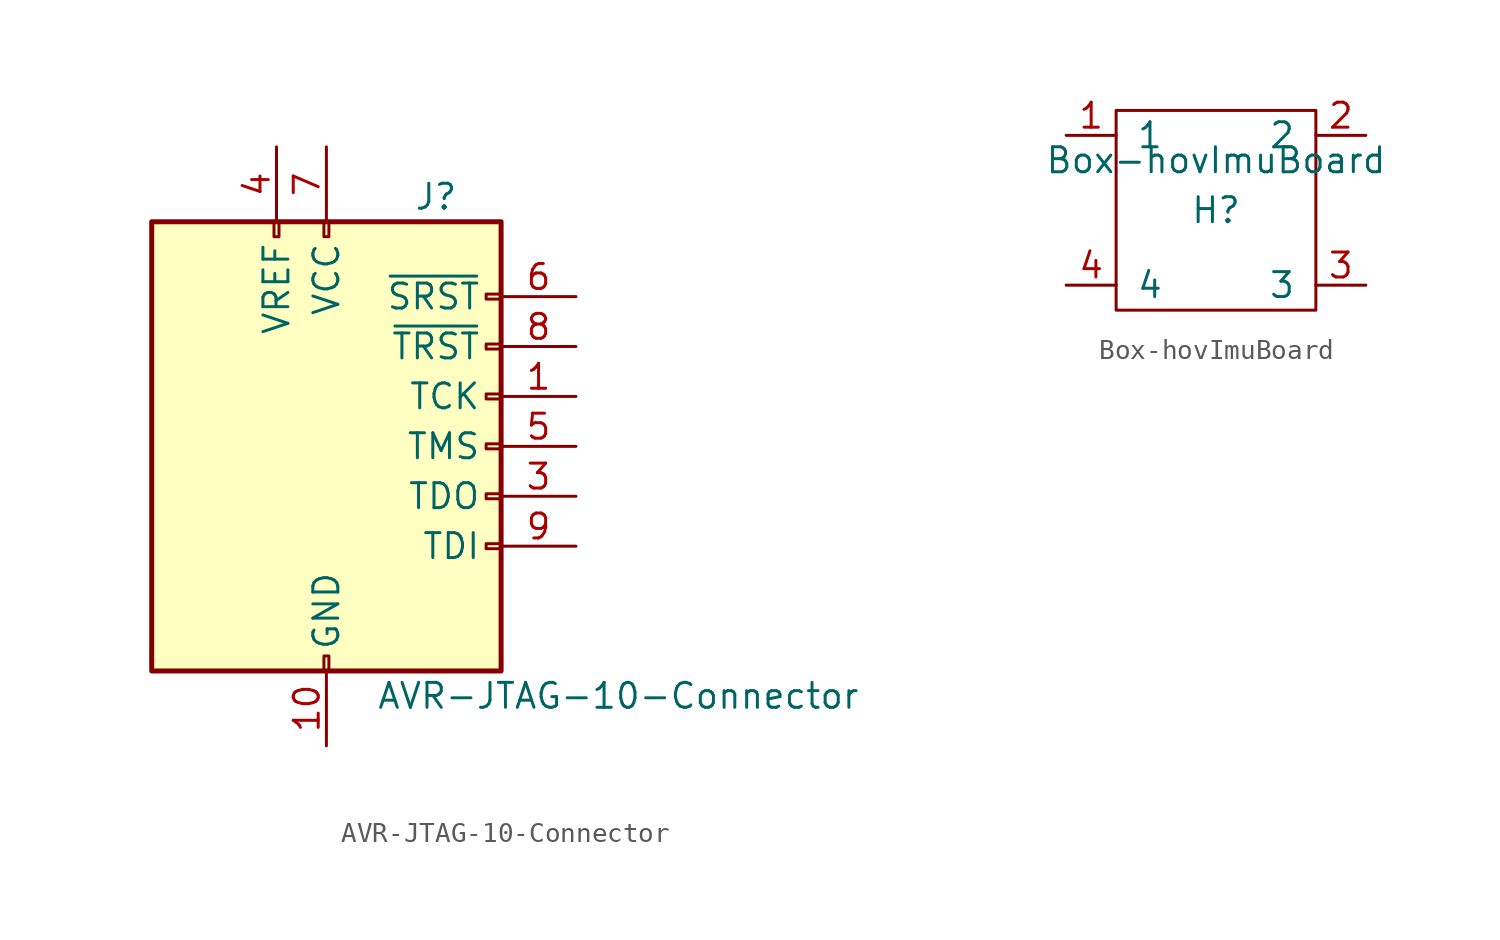
<source format=kicad_sym>
(kicad_symbol_lib
  (version 20211014)
  (generator kicad_symbol_editor)
  (symbol "AVR-JTAG-10-Connector"
    (pin_names
      (offset 1.016))
    (property "Reference" "J"
      (at 4.445 12.7 0)
      (effects (font (size 1.27 1.27)) (justify left)))
    (property "Value" "AVR-JTAG-10-Connector"
      (at 2.54 -12.7 0)
      (effects (font (size 1.27 1.27)) (justify left)))
    (symbol "AVR-JTAG-10-Connector_0_1"
      (rectangle (start -2.667 11.43) (end -2.413 10.668) (stroke (width 0) (type default) (color 0 0 0 0)) (fill (type none)))
      (rectangle (start -0.127 -10.668) (end 0.127 -11.43) (stroke (width 0) (type default) (color 0 0 0 0)) (fill (type none)))
      (rectangle (start -0.127 11.43) (end 0.127 10.668) (stroke (width 0) (type default) (color 0 0 0 0)) (fill (type none)))
      (rectangle (start 8.89 -4.953) (end 8.128 -5.207) (stroke (width 0) (type default) (color 0 0 0 0)) (fill (type none)))
      (rectangle (start 8.89 -2.413) (end 8.128 -2.667) (stroke (width 0) (type default) (color 0 0 0 0)) (fill (type none)))
      (rectangle (start 8.89 0.127) (end 8.128 -0.127) (stroke (width 0) (type default) (color 0 0 0 0)) (fill (type none)))
      (rectangle (start 8.89 2.667) (end 8.128 2.413) (stroke (width 0) (type default) (color 0 0 0 0)) (fill (type none)))
      (rectangle (start 8.89 5.207) (end 8.128 4.953) (stroke (width 0) (type default) (color 0 0 0 0)) (fill (type none)))
      (rectangle (start 8.89 7.747) (end 8.128 7.493) (stroke (width 0) (type default) (color 0 0 0 0)) (fill (type none)))
      (rectangle (start 8.89 11.43) (end -8.89 -11.43) (stroke (width 0.254) (type default) (color 0 0 0 0)) (fill (type background))))
    (symbol "AVR-JTAG-10-Connector_1_1"
      (pin passive line (at 12.7 2.54 180) (length 3.81) (name "TCK" (effects (font (size 1.27 1.27)))) (number "1" (effects (font (size 1.27 1.27)))))
      (pin power_in line (at 0 -15.24 90) (length 3.81) (name "GND" (effects (font (size 1.27 1.27)))) (number "10" (effects (font (size 1.27 1.27)))))
      (pin passive line (at 0 -15.24 90) (length 3.81) hide (name "GND" (effects (font (size 1.27 1.27)))) (number "2" (effects (font (size 1.27 1.27)))))
      (pin passive line (at 12.7 -2.54 180) (length 3.81) (name "TDO" (effects (font (size 1.27 1.27)))) (number "3" (effects (font (size 1.27 1.27)))))
      (pin passive line (at -2.54 15.24 270) (length 3.81) (name "VREF" (effects (font (size 1.27 1.27)))) (number "4" (effects (font (size 1.27 1.27)))))
      (pin passive line (at 12.7 0 180) (length 3.81) (name "TMS" (effects (font (size 1.27 1.27)))) (number "5" (effects (font (size 1.27 1.27)))))
      (pin passive line (at 12.7 7.62 180) (length 3.81) (name "~{SRST}" (effects (font (size 1.27 1.27)))) (number "6" (effects (font (size 1.27 1.27)))))
      (pin power_in line (at 0 15.24 270) (length 3.81) (name "VCC" (effects (font (size 1.27 1.27)))) (number "7" (effects (font (size 1.27 1.27)))))
      (pin passive line (at 12.7 5.08 180) (length 3.81) (name "~{TRST}" (effects (font (size 1.27 1.27)))) (number "8" (effects (font (size 1.27 1.27)))))
      (pin passive line (at 12.7 -5.08 180) (length 3.81) (name "TDI" (effects (font (size 1.27 1.27)))) (number "9" (effects (font (size 1.27 1.27)))))))
  (symbol "Box-hovImuBoard"
    (pin_names
      (offset 1.016))
    (property "Reference" "H"
      (at 0 0 0)
      (effects (font (size 1.27 1.27))))
    (property "Value" "Box-hovImuBoard"
      (at 0 2.54 0)
      (effects (font (size 1.27 1.27))))
    (symbol "Box-hovImuBoard_0_1"
      (rectangle (start -5.08 5.08) (end 5.08 -5.08) (stroke (width 0) (type default) (color 0 0 0 0)) (fill (type none))))
    (symbol "Box-hovImuBoard_1_1"
      (pin passive line (at -7.62 3.81 0) (length 2.54) (name "1" (effects (font (size 1.27 1.27)))) (number "1" (effects (font (size 1.27 1.27)))))
      (pin passive line (at 7.62 3.81 180) (length 2.54) (name "2" (effects (font (size 1.27 1.27)))) (number "2" (effects (font (size 1.27 1.27)))))
      (pin passive line (at 7.62 -3.81 180) (length 2.54) (name "3" (effects (font (size 1.27 1.27)))) (number "3" (effects (font (size 1.27 1.27)))))
      (pin passive line (at -7.62 -3.81 0) (length 2.54) (name "4" (effects (font (size 1.27 1.27)))) (number "4" (effects (font (size 1.27 1.27))))))))
</source>
